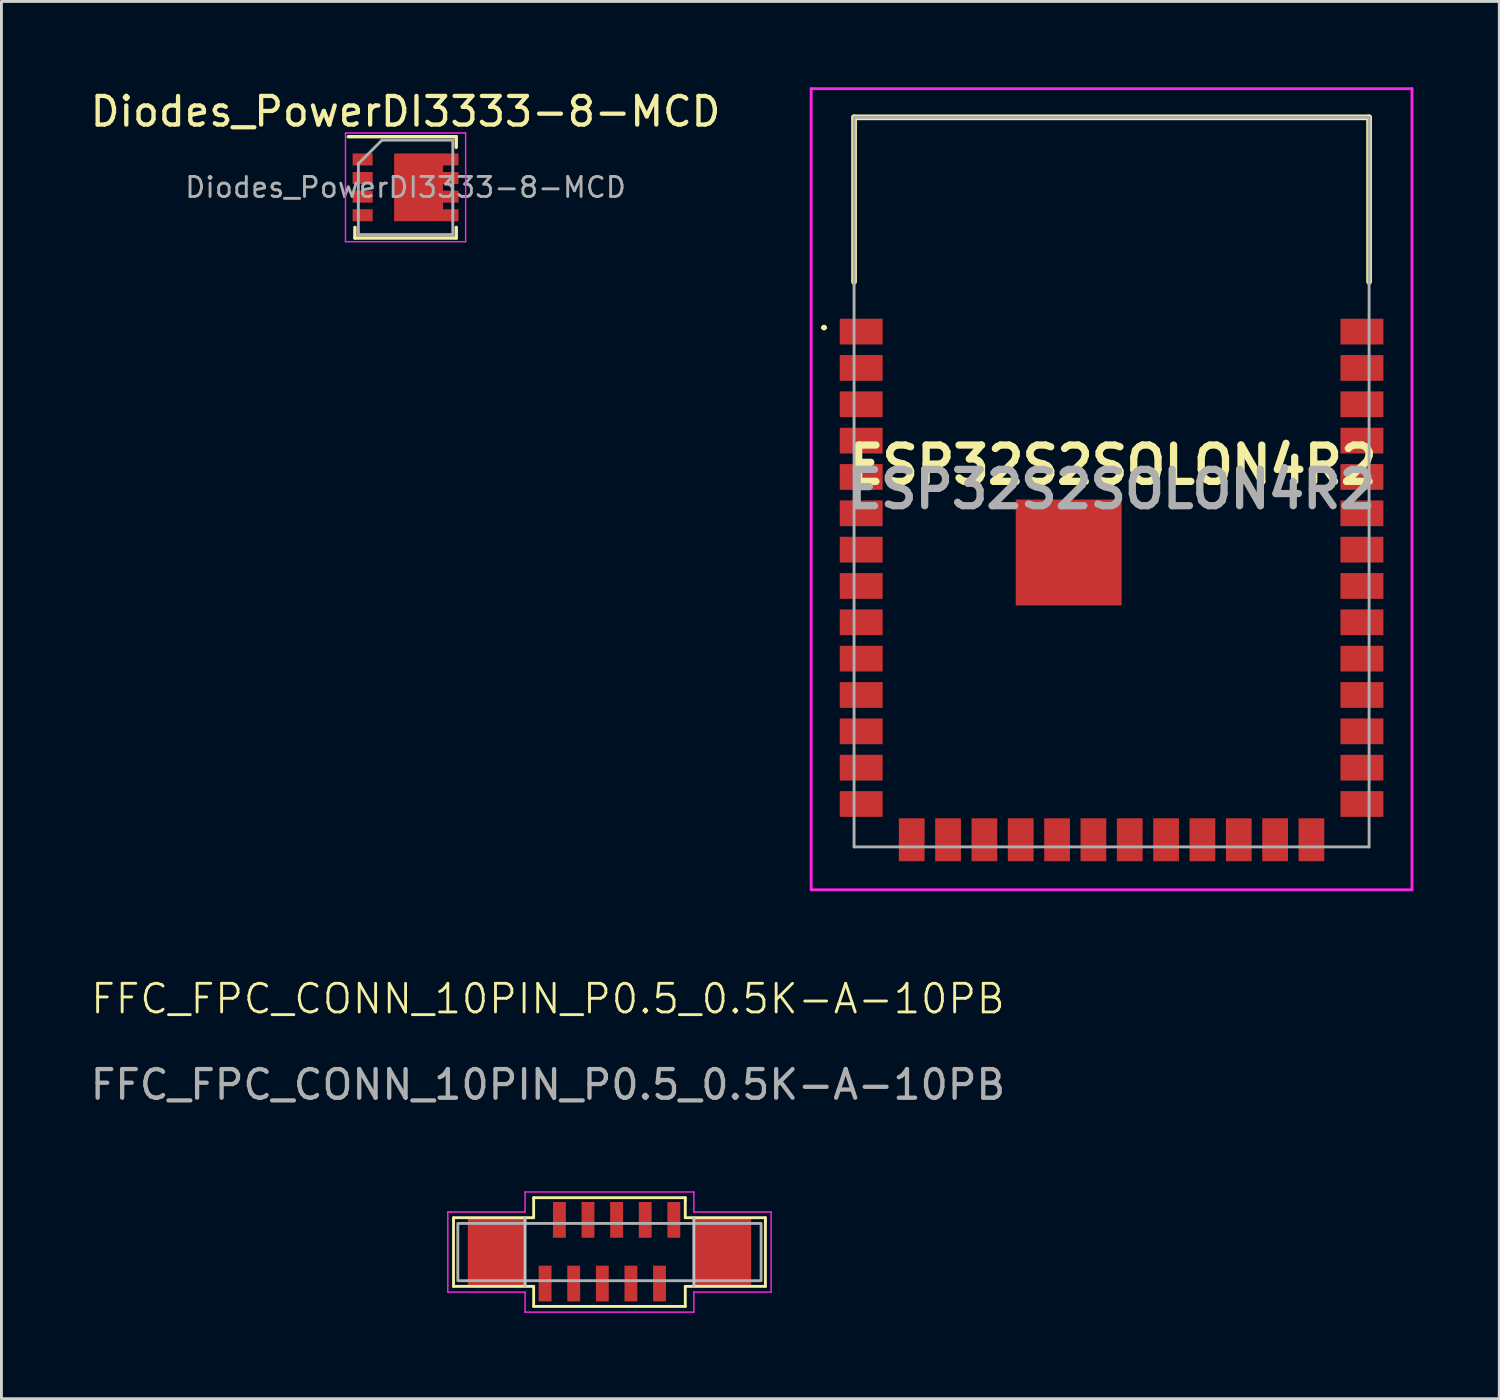
<source format=kicad_pcb>
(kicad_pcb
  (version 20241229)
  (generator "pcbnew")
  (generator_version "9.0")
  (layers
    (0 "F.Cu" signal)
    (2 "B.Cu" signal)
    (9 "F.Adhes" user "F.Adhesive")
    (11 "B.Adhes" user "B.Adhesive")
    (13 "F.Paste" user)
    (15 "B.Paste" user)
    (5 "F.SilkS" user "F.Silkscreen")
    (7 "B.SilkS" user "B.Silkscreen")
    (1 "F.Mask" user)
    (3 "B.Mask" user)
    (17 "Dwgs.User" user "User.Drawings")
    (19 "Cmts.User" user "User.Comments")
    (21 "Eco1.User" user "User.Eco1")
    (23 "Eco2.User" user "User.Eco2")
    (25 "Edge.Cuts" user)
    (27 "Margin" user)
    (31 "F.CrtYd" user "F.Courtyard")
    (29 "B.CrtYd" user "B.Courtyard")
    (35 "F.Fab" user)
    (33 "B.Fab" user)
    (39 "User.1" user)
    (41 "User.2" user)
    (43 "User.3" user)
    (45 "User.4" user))
  (footprint "FFC_FPC_CONN_10PIN_P0.5_0.5K-A-10PB"
    (layer "F.Cu")
    (at 16.001 41.81)
    (property "Reference" "FFC_FPC_CONN_10PIN_P0.5_0.5K-A-10PB" (at 0.1 -9.95 0) (unlocked yes) (layer "F.SilkS") (effects (font (size 1 1) (thickness 0.1))))
    (attr through_hole)
    (fp_line (start -3.2 -2.3) (end -3.2 -2.2) (stroke (width 0.1) (type default)) (layer "F.SilkS"))
    (fp_line (start -3.2 -2.2) (end -3.2 0.1) (stroke (width 0.1) (type default)) (layer "F.SilkS"))
    (fp_line (start -3.2 0.1) (end -0.4 0.1) (stroke (width 0.1) (type default)) (layer "F.SilkS"))
    (fp_line (start -0.4 -3) (end -0.4 -2.3) (stroke (width 0.1) (type default)) (layer "F.SilkS"))
    (fp_line (start -0.4 -2.3) (end -3.2 -2.3) (stroke (width 0.1) (type default)) (layer "F.SilkS"))
    (fp_line (start -0.4 0.1) (end -0.4 0.8) (stroke (width 0.1) (type default)) (layer "F.SilkS"))
    (fp_line (start -0.4 0.8) (end 4.9 0.8) (stroke (width 0.1) (type default)) (layer "F.SilkS"))
    (fp_line (start 4.9 -3) (end -0.4 -3) (stroke (width 0.1) (type default)) (layer "F.SilkS"))
    (fp_line (start 4.9 -2.9) (end 4.9 -3) (stroke (width 0.1) (type default)) (layer "F.SilkS"))
    (fp_line (start 4.9 -2.3) (end 4.9 -2.9) (stroke (width 0.1) (type default)) (layer "F.SilkS"))
    (fp_line (start 4.9 0.1) (end 7.7 0.1) (stroke (width 0.1) (type default)) (layer "F.SilkS"))
    (fp_line (start 4.9 0.8) (end 4.9 0.1) (stroke (width 0.1) (type default)) (layer "F.SilkS"))
    (fp_line (start 7.7 -2.3) (end 4.9 -2.3) (stroke (width 0.1) (type default)) (layer "F.SilkS"))
    (fp_line (start 7.7 -2.2) (end 7.7 -2.3) (stroke (width 0.1) (type default)) (layer "F.SilkS"))
    (fp_line (start 7.7 0.1) (end 7.7 -2.2) (stroke (width 0.1) (type default)) (layer "F.SilkS"))
    (fp_line (start -0.7 -2.3) (end -0.7 0.1) (stroke (width 0.1) (type solid)) (layer "Dwgs.User"))
    (fp_line (start 5.2 -2.3) (end 5.2 0.1) (stroke (width 0.1) (type solid)) (layer "Dwgs.User"))
    (fp_line (start -3.4 0.3) (end -3.4 -2.5) (stroke (width 0.05) (type default)) (layer "F.CrtYd"))
    (fp_line (start -3.3 -2.5) (end -3.4 -2.5) (stroke (width 0.05) (type default)) (layer "F.CrtYd"))
    (fp_line (start -3.3 -2.5) (end -0.7 -2.5) (stroke (width 0.05) (type default)) (layer "F.CrtYd"))
    (fp_line (start -0.7 -3.2) (end 5.2 -3.2) (stroke (width 0.05) (type default)) (layer "F.CrtYd"))
    (fp_line (start -0.7 -2.5) (end -0.7 -3.2) (stroke (width 0.05) (type default)) (layer "F.CrtYd"))
    (fp_line (start -0.7 0.3) (end -3.4 0.3) (stroke (width 0.05) (type default)) (layer "F.CrtYd"))
    (fp_line (start -0.7 1) (end -0.7 0.3) (stroke (width 0.05) (type default)) (layer "F.CrtYd"))
    (fp_line (start 5.2 -3.2) (end 5.2 -2.5) (stroke (width 0.05) (type default)) (layer "F.CrtYd"))
    (fp_line (start 5.2 -2.5) (end 7.9 -2.5) (stroke (width 0.05) (type default)) (layer "F.CrtYd"))
    (fp_line (start 5.2 0.3) (end 5.2 1) (stroke (width 0.05) (type default)) (layer "F.CrtYd"))
    (fp_line (start 5.2 1) (end -0.7 1) (stroke (width 0.05) (type default)) (layer "F.CrtYd"))
    (fp_line (start 7.9 -2.5) (end 7.9 0.3) (stroke (width 0.05) (type default)) (layer "F.CrtYd"))
    (fp_line (start 7.9 0.3) (end 5.2 0.3) (stroke (width 0.05) (type default)) (layer "F.CrtYd"))
    (fp_rect (start -3.05 -2.1) (end 7.55 -0.1) (stroke (width 0.1) (type default)) (fill no) (layer "F.Fab"))
    (fp_text user "${REFERENCE}" (at 0.1 -6.95 0) (unlocked yes) (layer "F.Fab") (effects (font (size 1 1) (thickness 0.15))))
    (pad "1" smd rect (at 0 0) (size 0.45 1.25) (layers "F.Cu" "F.Mask" "F.Paste"))
    (pad "2" smd rect (at 1 0) (size 0.45 1.25) (layers "F.Cu" "F.Mask" "F.Paste"))
    (pad "3" smd rect (at 2 0) (size 0.45 1.25) (layers "F.Cu" "F.Mask" "F.Paste"))
    (pad "4" smd rect (at 3 0) (size 0.45 1.25) (layers "F.Cu" "F.Mask" "F.Paste"))
    (pad "5" smd rect (at 4 0) (size 0.45 1.25) (layers "F.Cu" "F.Mask" "F.Paste"))
    (pad "6" smd rect (at 4.5 -2.225) (size 0.45 1.25) (layers "F.Cu" "F.Mask" "F.Paste"))
    (pad "7" smd rect (at 3.5 -2.225) (size 0.45 1.25) (layers "F.Cu" "F.Mask" "F.Paste"))
    (pad "8" smd rect (at 2.5 -2.225) (size 0.45 1.25) (layers "F.Cu" "F.Mask" "F.Paste"))
    (pad "9" smd rect (at 1.5 -2.225) (size 0.45 1.25) (layers "F.Cu" "F.Mask" "F.Paste"))
    (pad "10" smd rect (at 0.5 -2.225) (size 0.45 1.25) (layers "F.Cu" "F.Mask" "F.Paste"))
    (pad "11" smd rect (at -1.7 -1.1) (size 2 2.4) (layers "F.Cu" "F.Mask" "F.Paste"))
    (pad "11" smd rect (at 6.2 -1.1) (size 2 2.4) (layers "F.Cu" "F.Mask" "F.Paste")))
  (footprint "Diodes_PowerDI3333-8-MCD"
    (layer "F.Cu")
    (at 11.125 3.498)
    (property "Reference" "Diodes_PowerDI3333-8-MCD" (at 0 -2.65 180) (layer "F.SilkS") (effects (font (size 1 1) (thickness 0.15))))
    (attr smd)
    (fp_line (start -1.77 1.77) (end -1.77 1.4) (stroke (width 0.12) (type solid)) (layer "F.SilkS"))
    (fp_line (start -1.77 1.77) (end 1.77 1.77) (stroke (width 0.12) (type solid)) (layer "F.SilkS"))
    (fp_line (start 1.77 -1.77) (end -2 -1.77) (stroke (width 0.12) (type solid)) (layer "F.SilkS"))
    (fp_line (start 1.77 -1.77) (end 1.77 -1.4) (stroke (width 0.12) (type solid)) (layer "F.SilkS"))
    (fp_line (start 1.77 1.77) (end 1.77 1.4) (stroke (width 0.12) (type solid)) (layer "F.SilkS"))
    (fp_line (start -2.1 -1.9) (end -2.1 1.9) (stroke (width 0.05) (type solid)) (layer "F.CrtYd"))
    (fp_line (start -2.1 1.9) (end 2.1 1.9) (stroke (width 0.05) (type solid)) (layer "F.CrtYd"))
    (fp_line (start 2.1 -1.9) (end -2.1 -1.9) (stroke (width 0.05) (type solid)) (layer "F.CrtYd"))
    (fp_line (start 2.1 1.9) (end 2.1 -1.9) (stroke (width 0.05) (type solid)) (layer "F.CrtYd"))
    (fp_line (start -1.65 -0.825) (end -1.65 1.65) (stroke (width 0.1) (type solid)) (layer "F.Fab"))
    (fp_line (start -1.65 1.65) (end 1.65 1.65) (stroke (width 0.1) (type solid)) (layer "F.Fab"))
    (fp_line (start -0.825 -1.65) (end -1.65 -0.825) (stroke (width 0.1) (type solid)) (layer "F.Fab"))
    (fp_line (start 1.65 -1.65) (end -0.825 -1.65) (stroke (width 0.1) (type solid)) (layer "F.Fab"))
    (fp_line (start 1.65 1.65) (end 1.65 -1.65) (stroke (width 0.1) (type solid)) (layer "F.Fab"))
    (fp_text user "${REFERENCE}" (at 0 0 180) (layer "F.Fab") (effects (font (size 0.7 0.7) (thickness 0.1))))
    (pad "" smd rect (at 0.02 -0.565) (size 0.6 1) (layers "F.Paste"))
    (pad "" smd rect (at 0.02 0.565) (size 0.6 1) (layers "F.Paste"))
    (pad "" smd rect (at 0.73 -0.565) (size 0.6 1) (layers "F.Paste"))
    (pad "" smd rect (at 0.73 0.565) (size 0.6 1) (layers "F.Paste"))
    (pad "" smd rect (at 1.5 -0.975) (size 0.7 0.42) (layers "F.Paste"))
    (pad "" smd rect (at 1.5 -0.325) (size 0.7 0.42) (layers "F.Paste"))
    (pad "" smd rect (at 1.5 0.325) (size 0.7 0.42) (layers "F.Paste"))
    (pad "" smd rect (at 1.5 0.975) (size 0.7 0.42) (layers "F.Paste"))
    (pad "1" smd rect (at -1.5 -0.975) (size 0.7 0.42) (layers "F.Cu" "F.Mask" "F.Paste"))
    (pad "2" smd custom (at 0.455 0) (size 1.71 2.37) (layers "F.Cu" "F.Mask") (options (anchor rect)) (primitives (gr_poly (pts (xy 1.395 1.185) (xy 0.855 1.185) (xy 0.855 0.765) (xy 1.395 0.765)) (width 0) (fill yes)) (gr_poly (pts (xy 1.395 0.535) (xy 0.855 0.535) (xy 0.855 0.115) (xy 1.395 0.115)) (width 0) (fill yes)) (gr_poly (pts (xy 1.395 -0.115) (xy 0.855 -0.115) (xy 0.855 -0.535) (xy 1.395 -0.535)) (width 0) (fill yes)) (gr_poly (pts (xy 1.395 -0.765) (xy 0.855 -0.765) (xy 0.855 -1.185) (xy 1.395 -1.185)) (width 0) (fill yes))))
    (pad "3" smd rect (at -1.5 -0.325) (size 0.7 0.42) (layers "F.Cu" "F.Mask" "F.Paste"))
    (pad "3" smd rect (at -1.5 0.325) (size 0.7 0.42) (layers "F.Cu" "F.Mask" "F.Paste"))
    (pad "3" smd rect (at -1.5 0.975) (size 0.7 0.42) (layers "F.Cu" "F.Mask" "F.Paste")))
  (footprint "ESP32S2SOLON4R2"
    (layer "F.Cu")
    (at 35.8 13.8)
    (property "Reference" "ESP32S2SOLON4R2" (at 0.05 -0.6 0) (layer "F.SilkS") (effects (font (size 1.27 1.27) (thickness 0.254))))
    (attr smd)
    (fp_line (start -10.1 -5.4) (end -10.1 -5.4) (stroke (width 0.1) (type solid)) (layer "F.SilkS"))
    (fp_line (start -10 -5.4) (end -10 -5.4) (stroke (width 0.1) (type solid)) (layer "F.SilkS"))
    (fp_line (start -9 -12.75) (end 9 -12.75) (stroke (width 0.2) (type solid)) (layer "F.SilkS"))
    (fp_line (start -9 -7) (end -9 -12.75) (stroke (width 0.2) (type solid)) (layer "F.SilkS"))
    (fp_line (start 9 -12.75) (end 9 -7) (stroke (width 0.2) (type solid)) (layer "F.SilkS"))
    (fp_arc (start -10.1 -5.4) (mid -10.05 -5.45) (end -10 -5.4) (stroke (width 0.1) (type solid)) (layer "F.SilkS"))
    (fp_arc (start -10 -5.4) (mid -10.05 -5.35) (end -10.1 -5.4) (stroke (width 0.1) (type solid)) (layer "F.SilkS"))
    (fp_line (start -10.5 -13.75) (end 10.5 -13.75) (stroke (width 0.1) (type solid)) (layer "F.CrtYd"))
    (fp_line (start -10.5 14.25) (end -10.5 -13.75) (stroke (width 0.1) (type solid)) (layer "F.CrtYd"))
    (fp_line (start 10.5 -13.75) (end 10.5 14.25) (stroke (width 0.1) (type solid)) (layer "F.CrtYd"))
    (fp_line (start 10.5 14.25) (end -10.5 14.25) (stroke (width 0.1) (type solid)) (layer "F.CrtYd"))
    (fp_line (start -9 -12.75) (end 9 -12.75) (stroke (width 0.1) (type solid)) (layer "F.Fab"))
    (fp_line (start -9 12.75) (end -9 -12.75) (stroke (width 0.1) (type solid)) (layer "F.Fab"))
    (fp_line (start 9 -12.75) (end 9 12.75) (stroke (width 0.1) (type solid)) (layer "F.Fab"))
    (fp_line (start 9 12.75) (end -9 12.75) (stroke (width 0.1) (type solid)) (layer "F.Fab"))
    (fp_text user "${REFERENCE}" (at 0 0.25 0) (layer "F.Fab") (effects (font (size 1.27 1.27) (thickness 0.254))))
    (pad "1" smd rect (at -8.75 -5.26 90) (size 0.9 1.5) (layers "F.Cu" "F.Mask" "F.Paste"))
    (pad "2" smd rect (at -8.75 -3.99 90) (size 0.9 1.5) (layers "F.Cu" "F.Mask" "F.Paste"))
    (pad "3" smd rect (at -8.75 -2.72 90) (size 0.9 1.5) (layers "F.Cu" "F.Mask" "F.Paste"))
    (pad "4" smd rect (at -8.75 -1.45 90) (size 0.9 1.5) (layers "F.Cu" "F.Mask" "F.Paste"))
    (pad "5" smd rect (at -8.75 -0.18 90) (size 0.9 1.5) (layers "F.Cu" "F.Mask" "F.Paste"))
    (pad "6" smd rect (at -8.75 1.09 90) (size 0.9 1.5) (layers "F.Cu" "F.Mask" "F.Paste"))
    (pad "7" smd rect (at -8.75 2.36 90) (size 0.9 1.5) (layers "F.Cu" "F.Mask" "F.Paste"))
    (pad "8" smd rect (at -8.75 3.63 90) (size 0.9 1.5) (layers "F.Cu" "F.Mask" "F.Paste"))
    (pad "9" smd rect (at -8.75 4.9 90) (size 0.9 1.5) (layers "F.Cu" "F.Mask" "F.Paste"))
    (pad "10" smd rect (at -8.75 6.17 90) (size 0.9 1.5) (layers "F.Cu" "F.Mask" "F.Paste"))
    (pad "11" smd rect (at -8.75 7.44 90) (size 0.9 1.5) (layers "F.Cu" "F.Mask" "F.Paste"))
    (pad "12" smd rect (at -8.75 8.71 90) (size 0.9 1.5) (layers "F.Cu" "F.Mask" "F.Paste"))
    (pad "13" smd rect (at -8.75 9.98 90) (size 0.9 1.5) (layers "F.Cu" "F.Mask" "F.Paste"))
    (pad "14" smd rect (at -8.75 11.25 90) (size 0.9 1.5) (layers "F.Cu" "F.Mask" "F.Paste"))
    (pad "15" smd rect (at -6.985 12.5) (size 0.9 1.5) (layers "F.Cu" "F.Mask" "F.Paste"))
    (pad "16" smd rect (at -5.715 12.5) (size 0.9 1.5) (layers "F.Cu" "F.Mask" "F.Paste"))
    (pad "17" smd rect (at -4.445 12.5) (size 0.9 1.5) (layers "F.Cu" "F.Mask" "F.Paste"))
    (pad "18" smd rect (at -3.175 12.5) (size 0.9 1.5) (layers "F.Cu" "F.Mask" "F.Paste"))
    (pad "19" smd rect (at -1.905 12.5) (size 0.9 1.5) (layers "F.Cu" "F.Mask" "F.Paste"))
    (pad "20" smd rect (at -0.635 12.5) (size 0.9 1.5) (layers "F.Cu" "F.Mask" "F.Paste"))
    (pad "21" smd rect (at 0.635 12.5) (size 0.9 1.5) (layers "F.Cu" "F.Mask" "F.Paste"))
    (pad "22" smd rect (at 1.905 12.5) (size 0.9 1.5) (layers "F.Cu" "F.Mask" "F.Paste"))
    (pad "23" smd rect (at 3.175 12.5) (size 0.9 1.5) (layers "F.Cu" "F.Mask" "F.Paste"))
    (pad "24" smd rect (at 4.445 12.5) (size 0.9 1.5) (layers "F.Cu" "F.Mask" "F.Paste"))
    (pad "25" smd rect (at 5.715 12.5) (size 0.9 1.5) (layers "F.Cu" "F.Mask" "F.Paste"))
    (pad "26" smd rect (at 6.985 12.5) (size 0.9 1.5) (layers "F.Cu" "F.Mask" "F.Paste"))
    (pad "27" smd rect (at 8.75 11.25 90) (size 0.9 1.5) (layers "F.Cu" "F.Mask" "F.Paste"))
    (pad "28" smd rect (at 8.75 9.98 90) (size 0.9 1.5) (layers "F.Cu" "F.Mask" "F.Paste"))
    (pad "29" smd rect (at 8.75 8.71 90) (size 0.9 1.5) (layers "F.Cu" "F.Mask" "F.Paste"))
    (pad "30" smd rect (at 8.75 7.44 90) (size 0.9 1.5) (layers "F.Cu" "F.Mask" "F.Paste"))
    (pad "31" smd rect (at 8.75 6.17 90) (size 0.9 1.5) (layers "F.Cu" "F.Mask" "F.Paste"))
    (pad "32" smd rect (at 8.75 4.9 90) (size 0.9 1.5) (layers "F.Cu" "F.Mask" "F.Paste"))
    (pad "33" smd rect (at 8.75 3.63 90) (size 0.9 1.5) (layers "F.Cu" "F.Mask" "F.Paste"))
    (pad "34" smd rect (at 8.75 2.36 90) (size 0.9 1.5) (layers "F.Cu" "F.Mask" "F.Paste"))
    (pad "35" smd rect (at 8.75 1.09 90) (size 0.9 1.5) (layers "F.Cu" "F.Mask" "F.Paste"))
    (pad "36" smd rect (at 8.75 -0.18 90) (size 0.9 1.5) (layers "F.Cu" "F.Mask" "F.Paste"))
    (pad "37" smd rect (at 8.75 -1.45 90) (size 0.9 1.5) (layers "F.Cu" "F.Mask" "F.Paste"))
    (pad "38" smd rect (at 8.75 -2.72 90) (size 0.9 1.5) (layers "F.Cu" "F.Mask" "F.Paste"))
    (pad "39" smd rect (at 8.75 -3.99 90) (size 0.9 1.5) (layers "F.Cu" "F.Mask" "F.Paste"))
    (pad "40" smd rect (at -1.5 2.46 180) (size 3.7 3.7) (layers "F.Cu" "F.Mask" "F.Paste"))
    (pad "40" smd rect (at 8.75 -5.26 90) (size 0.9 1.5) (layers "F.Cu" "F.Mask" "F.Paste")))
  (gr_rect
    (start -3 -3)
    (end 49.35 45.836)
    (stroke (width 0.1) (type default))
    (fill no)
    (layer "Edge.Cuts")))
</source>
